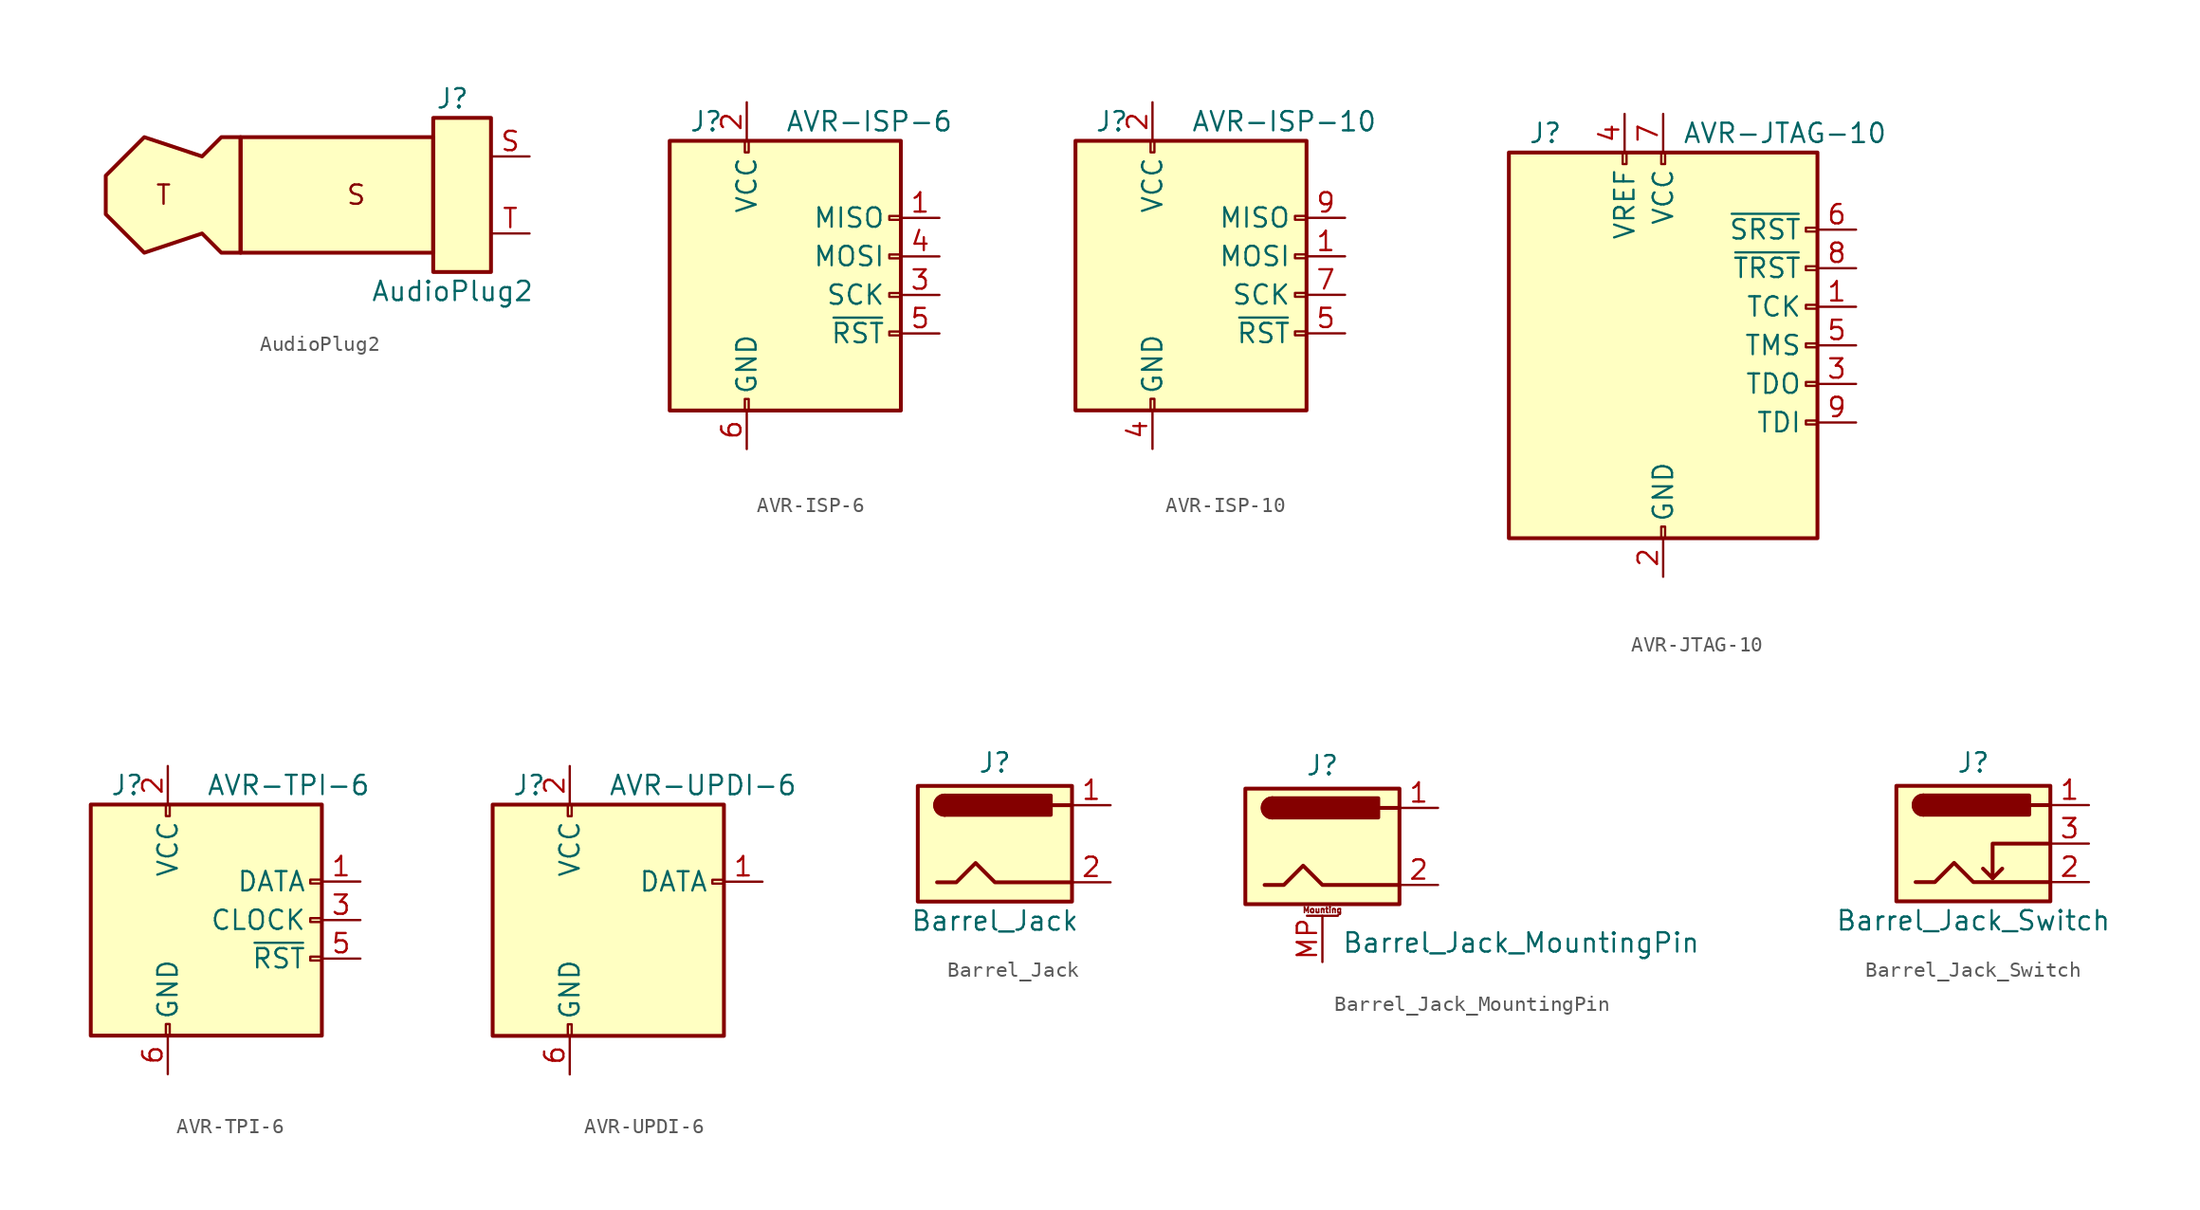
<source format=kicad_sym>
(kicad_symbol_lib
  (version 20211014)
  (generator kicad_symbol_editor)
  (symbol "AudioPlug2"
    (property "Reference" "J"
      (at 10.16 6.35 0)
      (effects (font (size 1.27 1.27))))
    (property "Value" "AudioPlug2"
      (at 10.16 -6.35 0)
      (effects (font (size 1.27 1.27))))
    (symbol "AudioPlug2_0_0"
      (text "S" (at 3.81 0 0) (effects (font (size 1.27 1.27))))
      (text "T" (at -8.89 0 0) (effects (font (size 1.27 1.27)))))
    (symbol "AudioPlug2_0_1"
      (rectangle (start -3.81 3.81) (end 8.89 -3.81) (stroke (width 0.254) (type default) (color 0 0 0 0)) (fill (type background)))
      (polyline (pts (xy -3.81 3.81) (xy -5.08 3.81) (xy -6.35 2.54) (xy -10.16 3.81) (xy -12.7 1.27) (xy -12.7 -1.27) (xy -10.16 -3.81) (xy -6.35 -2.54) (xy -5.08 -3.81) (xy -3.81 -3.81) (xy -3.81 3.81)) (stroke (width 0.254) (type default) (color 0 0 0 0)) (fill (type background)))
      (rectangle (start 12.7 5.08) (end 8.89 -5.08) (stroke (width 0.254) (type default) (color 0 0 0 0)) (fill (type background))))
    (symbol "AudioPlug2_1_1"
      (pin passive line (at 15.24 2.54 180) (length 2.54) (name "~" (effects (font (size 1.27 1.27)))) (number "S" (effects (font (size 1.27 1.27)))))
      (pin passive line (at 15.24 -2.54 180) (length 2.54) (name "~" (effects (font (size 1.27 1.27)))) (number "T" (effects (font (size 1.27 1.27)))))))
  (symbol "AVR-ISP-6"
    (pin_names
      (offset 1.016))
    (property "Reference" "J"
      (at -6.35 11.43 0)
      (effects (font (size 1.27 1.27)) (justify left)))
    (property "Value" "AVR-ISP-6"
      (at 0 11.43 0)
      (effects (font (size 1.27 1.27)) (justify left)))
    (symbol "AVR-ISP-6_0_1"
      (rectangle (start -2.667 -6.858) (end -2.413 -7.62) (stroke (width 0) (type default) (color 0 0 0 0)) (fill (type none)))
      (rectangle (start -2.667 10.16) (end -2.413 9.398) (stroke (width 0) (type default) (color 0 0 0 0)) (fill (type none)))
      (rectangle (start 7.62 -2.413) (end 6.858 -2.667) (stroke (width 0) (type default) (color 0 0 0 0)) (fill (type none)))
      (rectangle (start 7.62 0.127) (end 6.858 -0.127) (stroke (width 0) (type default) (color 0 0 0 0)) (fill (type none)))
      (rectangle (start 7.62 2.667) (end 6.858 2.413) (stroke (width 0) (type default) (color 0 0 0 0)) (fill (type none)))
      (rectangle (start 7.62 5.207) (end 6.858 4.953) (stroke (width 0) (type default) (color 0 0 0 0)) (fill (type none)))
      (rectangle (start 7.62 10.16) (end -7.62 -7.62) (stroke (width 0.254) (type default) (color 0 0 0 0)) (fill (type background))))
    (symbol "AVR-ISP-6_1_1"
      (pin passive line (at 10.16 5.08 180) (length 2.54) (name "MISO" (effects (font (size 1.27 1.27)))) (number "1" (effects (font (size 1.27 1.27)))))
      (pin passive line (at -2.54 12.7 270) (length 2.54) (name "VCC" (effects (font (size 1.27 1.27)))) (number "2" (effects (font (size 1.27 1.27)))))
      (pin passive line (at 10.16 0 180) (length 2.54) (name "SCK" (effects (font (size 1.27 1.27)))) (number "3" (effects (font (size 1.27 1.27)))))
      (pin passive line (at 10.16 2.54 180) (length 2.54) (name "MOSI" (effects (font (size 1.27 1.27)))) (number "4" (effects (font (size 1.27 1.27)))))
      (pin passive line (at 10.16 -2.54 180) (length 2.54) (name "~{RST}" (effects (font (size 1.27 1.27)))) (number "5" (effects (font (size 1.27 1.27)))))
      (pin passive line (at -2.54 -10.16 90) (length 2.54) (name "GND" (effects (font (size 1.27 1.27)))) (number "6" (effects (font (size 1.27 1.27)))))))
  (symbol "AVR-ISP-10"
    (pin_names
      (offset 1.016))
    (property "Reference" "J"
      (at -6.35 11.43 0)
      (effects (font (size 1.27 1.27)) (justify left)))
    (property "Value" "AVR-ISP-10"
      (at 0 11.43 0)
      (effects (font (size 1.27 1.27)) (justify left)))
    (symbol "AVR-ISP-10_0_1"
      (rectangle (start -2.667 -6.858) (end -2.413 -7.62) (stroke (width 0) (type default) (color 0 0 0 0)) (fill (type none)))
      (rectangle (start -2.667 10.16) (end -2.413 9.398) (stroke (width 0) (type default) (color 0 0 0 0)) (fill (type none)))
      (rectangle (start 7.62 -2.413) (end 6.858 -2.667) (stroke (width 0) (type default) (color 0 0 0 0)) (fill (type none)))
      (rectangle (start 7.62 0.127) (end 6.858 -0.127) (stroke (width 0) (type default) (color 0 0 0 0)) (fill (type none)))
      (rectangle (start 7.62 2.667) (end 6.858 2.413) (stroke (width 0) (type default) (color 0 0 0 0)) (fill (type none)))
      (rectangle (start 7.62 5.207) (end 6.858 4.953) (stroke (width 0) (type default) (color 0 0 0 0)) (fill (type none)))
      (rectangle (start 7.62 10.16) (end -7.62 -7.62) (stroke (width 0.254) (type default) (color 0 0 0 0)) (fill (type background))))
    (symbol "AVR-ISP-10_1_1"
      (pin passive line (at 10.16 2.54 180) (length 2.54) (name "MOSI" (effects (font (size 1.27 1.27)))) (number "1" (effects (font (size 1.27 1.27)))))
      (pin passive line (at -2.54 -10.16 90) (length 2.54) hide (name "GND" (effects (font (size 1.27 1.27)))) (number "10" (effects (font (size 1.27 1.27)))))
      (pin passive line (at -2.54 12.7 270) (length 2.54) (name "VCC" (effects (font (size 1.27 1.27)))) (number "2" (effects (font (size 1.27 1.27)))))
      (pin no_connect line (at 7.62 -5.08 180) (length 2.54) hide (name "NC" (effects (font (size 1.27 1.27)))) (number "3" (effects (font (size 1.27 1.27)))))
      (pin passive line (at -2.54 -10.16 90) (length 2.54) (name "GND" (effects (font (size 1.27 1.27)))) (number "4" (effects (font (size 1.27 1.27)))))
      (pin passive line (at 10.16 -2.54 180) (length 2.54) (name "~{RST}" (effects (font (size 1.27 1.27)))) (number "5" (effects (font (size 1.27 1.27)))))
      (pin passive line (at -2.54 -10.16 90) (length 2.54) hide (name "GND" (effects (font (size 1.27 1.27)))) (number "6" (effects (font (size 1.27 1.27)))))
      (pin passive line (at 10.16 0 180) (length 2.54) (name "SCK" (effects (font (size 1.27 1.27)))) (number "7" (effects (font (size 1.27 1.27)))))
      (pin passive line (at -2.54 -10.16 90) (length 2.54) hide (name "GND" (effects (font (size 1.27 1.27)))) (number "8" (effects (font (size 1.27 1.27)))))
      (pin passive line (at 10.16 5.08 180) (length 2.54) (name "MISO" (effects (font (size 1.27 1.27)))) (number "9" (effects (font (size 1.27 1.27)))))))
  (symbol "AVR-JTAG-10"
    (pin_names
      (offset 1.016))
    (property "Reference" "J"
      (at -8.89 13.97 0)
      (effects (font (size 1.27 1.27)) (justify left)))
    (property "Value" "AVR-JTAG-10"
      (at 1.27 13.97 0)
      (effects (font (size 1.27 1.27)) (justify left)))
    (symbol "AVR-JTAG-10_0_1"
      (rectangle (start -2.667 12.7) (end -2.413 11.938) (stroke (width 0) (type default) (color 0 0 0 0)) (fill (type none)))
      (rectangle (start -0.127 -11.938) (end 0.127 -12.7) (stroke (width 0) (type default) (color 0 0 0 0)) (fill (type none)))
      (rectangle (start -0.127 12.7) (end 0.127 11.938) (stroke (width 0) (type default) (color 0 0 0 0)) (fill (type none)))
      (rectangle (start 10.16 -4.953) (end 9.398 -5.207) (stroke (width 0) (type default) (color 0 0 0 0)) (fill (type none)))
      (rectangle (start 10.16 -2.413) (end 9.398 -2.667) (stroke (width 0) (type default) (color 0 0 0 0)) (fill (type none)))
      (rectangle (start 10.16 0.127) (end 9.398 -0.127) (stroke (width 0) (type default) (color 0 0 0 0)) (fill (type none)))
      (rectangle (start 10.16 2.667) (end 9.398 2.413) (stroke (width 0) (type default) (color 0 0 0 0)) (fill (type none)))
      (rectangle (start 10.16 5.207) (end 9.398 4.953) (stroke (width 0) (type default) (color 0 0 0 0)) (fill (type none)))
      (rectangle (start 10.16 7.747) (end 9.398 7.493) (stroke (width 0) (type default) (color 0 0 0 0)) (fill (type none)))
      (rectangle (start 10.16 12.7) (end -10.16 -12.7) (stroke (width 0.254) (type default) (color 0 0 0 0)) (fill (type background))))
    (symbol "AVR-JTAG-10_1_1"
      (pin passive line (at 12.7 2.54 180) (length 2.54) (name "TCK" (effects (font (size 1.27 1.27)))) (number "1" (effects (font (size 1.27 1.27)))))
      (pin passive line (at 0 -15.24 90) (length 2.54) hide (name "GND" (effects (font (size 1.27 1.27)))) (number "10" (effects (font (size 1.27 1.27)))))
      (pin passive line (at 0 -15.24 90) (length 2.54) (name "GND" (effects (font (size 1.27 1.27)))) (number "2" (effects (font (size 1.27 1.27)))))
      (pin passive line (at 12.7 -2.54 180) (length 2.54) (name "TDO" (effects (font (size 1.27 1.27)))) (number "3" (effects (font (size 1.27 1.27)))))
      (pin passive line (at -2.54 15.24 270) (length 2.54) (name "VREF" (effects (font (size 1.27 1.27)))) (number "4" (effects (font (size 1.27 1.27)))))
      (pin passive line (at 12.7 0 180) (length 2.54) (name "TMS" (effects (font (size 1.27 1.27)))) (number "5" (effects (font (size 1.27 1.27)))))
      (pin passive line (at 12.7 7.62 180) (length 2.54) (name "~{SRST}" (effects (font (size 1.27 1.27)))) (number "6" (effects (font (size 1.27 1.27)))))
      (pin passive line (at 0 15.24 270) (length 2.54) (name "VCC" (effects (font (size 1.27 1.27)))) (number "7" (effects (font (size 1.27 1.27)))))
      (pin passive line (at 12.7 5.08 180) (length 2.54) (name "~{TRST}" (effects (font (size 1.27 1.27)))) (number "8" (effects (font (size 1.27 1.27)))))
      (pin passive line (at 12.7 -5.08 180) (length 2.54) (name "TDI" (effects (font (size 1.27 1.27)))) (number "9" (effects (font (size 1.27 1.27)))))))
  (symbol "AVR-TPI-6"
    (pin_names
      (offset 1.016))
    (property "Reference" "J"
      (at -6.35 8.89 0)
      (effects (font (size 1.27 1.27)) (justify left)))
    (property "Value" "AVR-TPI-6"
      (at 0 8.89 0)
      (effects (font (size 1.27 1.27)) (justify left)))
    (symbol "AVR-TPI-6_0_1"
      (rectangle (start -2.667 -6.858) (end -2.413 -7.62) (stroke (width 0) (type default) (color 0 0 0 0)) (fill (type none)))
      (rectangle (start -2.667 7.62) (end -2.413 6.858) (stroke (width 0) (type default) (color 0 0 0 0)) (fill (type none)))
      (rectangle (start 7.62 -2.413) (end 6.858 -2.667) (stroke (width 0) (type default) (color 0 0 0 0)) (fill (type none)))
      (rectangle (start 7.62 0.127) (end 6.858 -0.127) (stroke (width 0) (type default) (color 0 0 0 0)) (fill (type none)))
      (rectangle (start 7.62 2.667) (end 6.858 2.413) (stroke (width 0) (type default) (color 0 0 0 0)) (fill (type none)))
      (rectangle (start 7.62 7.62) (end -7.62 -7.62) (stroke (width 0.254) (type default) (color 0 0 0 0)) (fill (type background))))
    (symbol "AVR-TPI-6_1_1"
      (pin passive line (at 10.16 2.54 180) (length 2.54) (name "DATA" (effects (font (size 1.27 1.27)))) (number "1" (effects (font (size 1.27 1.27)))))
      (pin passive line (at -2.54 10.16 270) (length 2.54) (name "VCC" (effects (font (size 1.27 1.27)))) (number "2" (effects (font (size 1.27 1.27)))))
      (pin passive line (at 10.16 0 180) (length 2.54) (name "CLOCK" (effects (font (size 1.27 1.27)))) (number "3" (effects (font (size 1.27 1.27)))))
      (pin no_connect line (at 7.62 -5.08 180) (length 2.54) hide (name "NC" (effects (font (size 1.27 1.27)))) (number "4" (effects (font (size 1.27 1.27)))))
      (pin passive line (at 10.16 -2.54 180) (length 2.54) (name "~{RST}" (effects (font (size 1.27 1.27)))) (number "5" (effects (font (size 1.27 1.27)))))
      (pin passive line (at -2.54 -10.16 90) (length 2.54) (name "GND" (effects (font (size 1.27 1.27)))) (number "6" (effects (font (size 1.27 1.27)))))))
  (symbol "AVR-UPDI-6"
    (pin_names
      (offset 1.016))
    (property "Reference" "J"
      (at -6.35 8.89 0)
      (effects (font (size 1.27 1.27)) (justify left)))
    (property "Value" "AVR-UPDI-6"
      (at 0 8.89 0)
      (effects (font (size 1.27 1.27)) (justify left)))
    (symbol "AVR-UPDI-6_0_1"
      (rectangle (start -2.667 -6.858) (end -2.413 -7.62) (stroke (width 0) (type default) (color 0 0 0 0)) (fill (type none)))
      (rectangle (start -2.667 7.62) (end -2.413 6.858) (stroke (width 0) (type default) (color 0 0 0 0)) (fill (type none)))
      (rectangle (start 7.62 2.667) (end 6.858 2.413) (stroke (width 0) (type default) (color 0 0 0 0)) (fill (type none)))
      (rectangle (start 7.62 7.62) (end -7.62 -7.62) (stroke (width 0.254) (type default) (color 0 0 0 0)) (fill (type background))))
    (symbol "AVR-UPDI-6_1_1"
      (pin passive line (at 10.16 2.54 180) (length 2.54) (name "DATA" (effects (font (size 1.27 1.27)))) (number "1" (effects (font (size 1.27 1.27)))))
      (pin passive line (at -2.54 10.16 270) (length 2.54) (name "VCC" (effects (font (size 1.27 1.27)))) (number "2" (effects (font (size 1.27 1.27)))))
      (pin no_connect line (at 7.62 0 180) (length 2.54) hide (name "NC" (effects (font (size 1.27 1.27)))) (number "3" (effects (font (size 1.27 1.27)))))
      (pin no_connect line (at 7.62 -2.54 180) (length 2.54) hide (name "NC" (effects (font (size 1.27 1.27)))) (number "4" (effects (font (size 1.27 1.27)))))
      (pin no_connect line (at 7.62 -5.08 180) (length 2.54) hide (name "NC" (effects (font (size 1.27 1.27)))) (number "5" (effects (font (size 1.27 1.27)))))
      (pin passive line (at -2.54 -10.16 90) (length 2.54) (name "GND" (effects (font (size 1.27 1.27)))) (number "6" (effects (font (size 1.27 1.27)))))))
  (symbol "Barrel_Jack"
    (pin_names
      (offset 1.016))
    (property "Reference" "J"
      (at 0 5.334 0)
      (effects (font (size 1.27 1.27))))
    (property "Value" "Barrel_Jack"
      (at 0 -5.08 0)
      (effects (font (size 1.27 1.27))))
    (symbol "Barrel_Jack_0_1"
      (rectangle (start -5.08 3.81) (end 5.08 -3.81) (stroke (width 0.254) (type default) (color 0 0 0 0)) (fill (type background)))
      (arc (start -3.302 3.175) (mid -3.937 2.54) (end -3.302 1.905) (stroke (width 0.254) (type default) (color 0 0 0 0)) (fill (type none)))
      (arc (start -3.302 3.175) (mid -3.937 2.54) (end -3.302 1.905) (stroke (width 0.254) (type default) (color 0 0 0 0)) (fill (type outline)))
      (polyline (pts (xy 5.08 2.54) (xy 3.81 2.54)) (stroke (width 0.254) (type default) (color 0 0 0 0)) (fill (type none)))
      (polyline (pts (xy -3.81 -2.54) (xy -2.54 -2.54) (xy -1.27 -1.27) (xy 0 -2.54) (xy 2.54 -2.54) (xy 5.08 -2.54)) (stroke (width 0.254) (type default) (color 0 0 0 0)) (fill (type none)))
      (rectangle (start 3.683 3.175) (end -3.302 1.905) (stroke (width 0.254) (type default) (color 0 0 0 0)) (fill (type outline))))
    (symbol "Barrel_Jack_1_1"
      (pin passive line (at 7.62 2.54 180) (length 2.54) (name "~" (effects (font (size 1.27 1.27)))) (number "1" (effects (font (size 1.27 1.27)))))
      (pin passive line (at 7.62 -2.54 180) (length 2.54) (name "~" (effects (font (size 1.27 1.27)))) (number "2" (effects (font (size 1.27 1.27)))))))
  (symbol "Barrel_Jack_MountingPin"
    (pin_names hide)
    (property "Reference" "J"
      (at 0 5.334 0)
      (effects (font (size 1.27 1.27))))
    (property "Value" "Barrel_Jack_MountingPin"
      (at 1.27 -6.35 0)
      (effects (font (size 1.27 1.27)) (justify left)))
    (symbol "Barrel_Jack_MountingPin_0_1"
      (rectangle (start -5.08 3.81) (end 5.08 -3.81) (stroke (width 0.254) (type default) (color 0 0 0 0)) (fill (type background)))
      (arc (start -3.302 3.175) (mid -3.937 2.54) (end -3.302 1.905) (stroke (width 0.254) (type default) (color 0 0 0 0)) (fill (type none)))
      (arc (start -3.302 3.175) (mid -3.937 2.54) (end -3.302 1.905) (stroke (width 0.254) (type default) (color 0 0 0 0)) (fill (type outline)))
      (polyline (pts (xy 5.08 2.54) (xy 3.81 2.54)) (stroke (width 0.254) (type default) (color 0 0 0 0)) (fill (type none)))
      (polyline (pts (xy -3.81 -2.54) (xy -2.54 -2.54) (xy -1.27 -1.27) (xy 0 -2.54) (xy 2.54 -2.54) (xy 5.08 -2.54)) (stroke (width 0.254) (type default) (color 0 0 0 0)) (fill (type none)))
      (rectangle (start 3.683 3.175) (end -3.302 1.905) (stroke (width 0.254) (type default) (color 0 0 0 0)) (fill (type outline))))
    (symbol "Barrel_Jack_MountingPin_1_1"
      (polyline (pts (xy -1.016 -4.572) (xy 1.016 -4.572)) (stroke (width 0.152) (type default) (color 0 0 0 0)) (fill (type none)))
      (text "Mounting" (at 0 -4.191 0) (effects (font (size 0.381 0.381))))
      (pin passive line (at 7.62 2.54 180) (length 2.54) (name "~" (effects (font (size 1.27 1.27)))) (number "1" (effects (font (size 1.27 1.27)))))
      (pin passive line (at 7.62 -2.54 180) (length 2.54) (name "~" (effects (font (size 1.27 1.27)))) (number "2" (effects (font (size 1.27 1.27)))))
      (pin passive line (at 0 -7.62 90) (length 3.048) (name "MountPin" (effects (font (size 1.27 1.27)))) (number "MP" (effects (font (size 1.27 1.27)))))))
  (symbol "Barrel_Jack_Switch"
    (pin_names hide)
    (property "Reference" "J"
      (at 0 5.334 0)
      (effects (font (size 1.27 1.27))))
    (property "Value" "Barrel_Jack_Switch"
      (at 0 -5.08 0)
      (effects (font (size 1.27 1.27))))
    (symbol "Barrel_Jack_Switch_0_1"
      (rectangle (start -5.08 3.81) (end 5.08 -3.81) (stroke (width 0.254) (type default) (color 0 0 0 0)) (fill (type background)))
      (arc (start -3.302 3.175) (mid -3.937 2.54) (end -3.302 1.905) (stroke (width 0.254) (type default) (color 0 0 0 0)) (fill (type none)))
      (arc (start -3.302 3.175) (mid -3.937 2.54) (end -3.302 1.905) (stroke (width 0.254) (type default) (color 0 0 0 0)) (fill (type outline)))
      (polyline (pts (xy 1.27 -2.286) (xy 1.905 -1.651)) (stroke (width 0.254) (type default) (color 0 0 0 0)) (fill (type none)))
      (polyline (pts (xy 5.08 2.54) (xy 3.81 2.54)) (stroke (width 0.254) (type default) (color 0 0 0 0)) (fill (type none)))
      (polyline (pts (xy 5.08 0) (xy 1.27 0) (xy 1.27 -2.286) (xy 0.635 -1.651)) (stroke (width 0.254) (type default) (color 0 0 0 0)) (fill (type none)))
      (polyline (pts (xy -3.81 -2.54) (xy -2.54 -2.54) (xy -1.27 -1.27) (xy 0 -2.54) (xy 2.54 -2.54) (xy 5.08 -2.54)) (stroke (width 0.254) (type default) (color 0 0 0 0)) (fill (type none)))
      (rectangle (start 3.683 3.175) (end -3.302 1.905) (stroke (width 0.254) (type default) (color 0 0 0 0)) (fill (type outline))))
    (symbol "Barrel_Jack_Switch_1_1"
      (pin passive line (at 7.62 2.54 180) (length 2.54) (name "~" (effects (font (size 1.27 1.27)))) (number "1" (effects (font (size 1.27 1.27)))))
      (pin passive line (at 7.62 -2.54 180) (length 2.54) (name "~" (effects (font (size 1.27 1.27)))) (number "2" (effects (font (size 1.27 1.27)))))
      (pin passive line (at 7.62 0 180) (length 2.54) (name "~" (effects (font (size 1.27 1.27)))) (number "3" (effects (font (size 1.27 1.27))))))))
</source>
